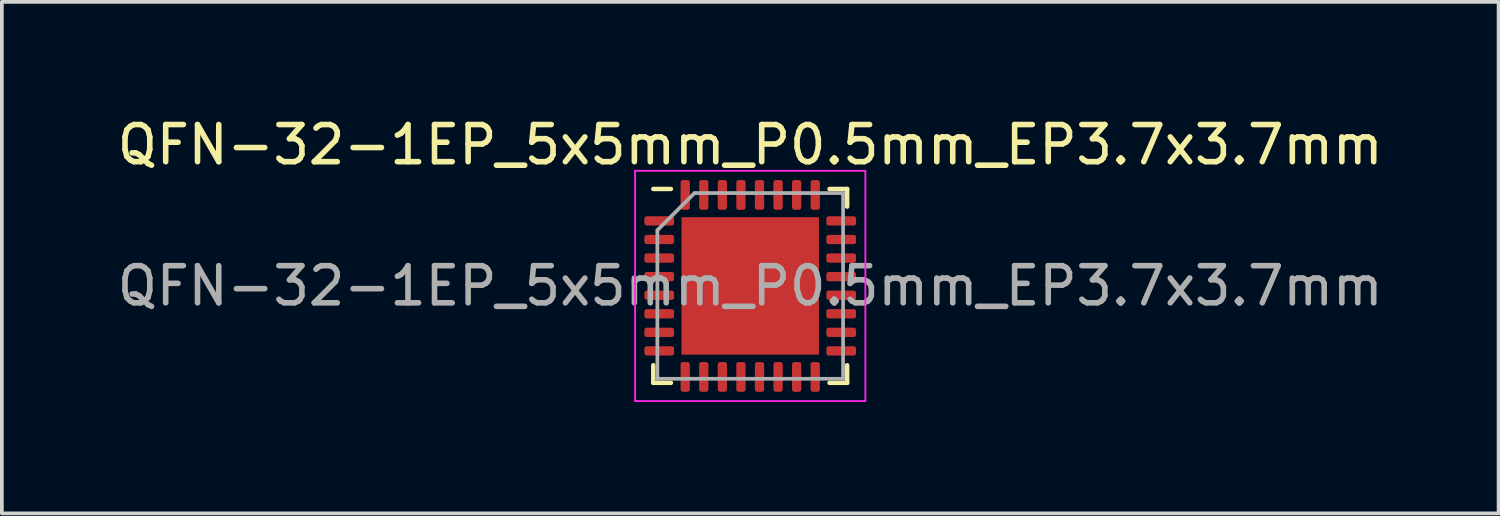
<source format=kicad_pcb>
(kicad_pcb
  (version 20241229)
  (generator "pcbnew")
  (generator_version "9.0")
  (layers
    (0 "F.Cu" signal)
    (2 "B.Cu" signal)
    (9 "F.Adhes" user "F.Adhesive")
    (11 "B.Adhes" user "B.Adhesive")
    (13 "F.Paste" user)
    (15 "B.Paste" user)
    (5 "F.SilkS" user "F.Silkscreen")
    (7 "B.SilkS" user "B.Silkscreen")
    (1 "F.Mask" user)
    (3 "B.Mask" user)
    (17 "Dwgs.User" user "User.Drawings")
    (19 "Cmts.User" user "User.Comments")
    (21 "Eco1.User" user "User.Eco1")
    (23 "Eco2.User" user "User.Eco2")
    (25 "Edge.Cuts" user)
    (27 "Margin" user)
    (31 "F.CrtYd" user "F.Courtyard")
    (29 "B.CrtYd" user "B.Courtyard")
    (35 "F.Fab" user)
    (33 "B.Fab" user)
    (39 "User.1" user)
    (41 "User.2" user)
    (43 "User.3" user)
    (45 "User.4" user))
  (footprint "QFN-32-1EP_5x5mm_P0.5mm_EP3.7x3.7mm"
    (layer "F.Cu")
    (at 17.149 4.648)
    (property "Reference" "QFN-32-1EP_5x5mm_P0.5mm_EP3.7x3.7mm" (at 0 -3.8 0) (layer "F.SilkS") (effects (font (size 1 1) (thickness 0.15))))
    (attr smd)
    (fp_line (start -2.61 2.61) (end -2.61 2.135) (stroke (width 0.12) (type solid)) (layer "F.SilkS"))
    (fp_line (start -2.135 -2.61) (end -2.61 -2.61) (stroke (width 0.12) (type solid)) (layer "F.SilkS"))
    (fp_line (start -2.135 2.61) (end -2.61 2.61) (stroke (width 0.12) (type solid)) (layer "F.SilkS"))
    (fp_line (start 2.135 -2.61) (end 2.61 -2.61) (stroke (width 0.12) (type solid)) (layer "F.SilkS"))
    (fp_line (start 2.135 2.61) (end 2.61 2.61) (stroke (width 0.12) (type solid)) (layer "F.SilkS"))
    (fp_line (start 2.61 -2.61) (end 2.61 -2.135) (stroke (width 0.12) (type solid)) (layer "F.SilkS"))
    (fp_line (start 2.61 2.61) (end 2.61 2.135) (stroke (width 0.12) (type solid)) (layer "F.SilkS"))
    (fp_line (start -3.1 -3.1) (end -3.1 3.1) (stroke (width 0.05) (type solid)) (layer "F.CrtYd"))
    (fp_line (start -3.1 3.1) (end 3.1 3.1) (stroke (width 0.05) (type solid)) (layer "F.CrtYd"))
    (fp_line (start 3.1 -3.1) (end -3.1 -3.1) (stroke (width 0.05) (type solid)) (layer "F.CrtYd"))
    (fp_line (start 3.1 3.1) (end 3.1 -3.1) (stroke (width 0.05) (type solid)) (layer "F.CrtYd"))
    (fp_line (start -2.5 -1.5) (end -1.5 -2.5) (stroke (width 0.1) (type solid)) (layer "F.Fab"))
    (fp_line (start -2.5 2.5) (end -2.5 -1.5) (stroke (width 0.1) (type solid)) (layer "F.Fab"))
    (fp_line (start -1.5 -2.5) (end 2.5 -2.5) (stroke (width 0.1) (type solid)) (layer "F.Fab"))
    (fp_line (start 2.5 -2.5) (end 2.5 2.5) (stroke (width 0.1) (type solid)) (layer "F.Fab"))
    (fp_line (start 2.5 2.5) (end -2.5 2.5) (stroke (width 0.1) (type solid)) (layer "F.Fab"))
    (fp_text user "${REFERENCE}" (at 0 0 0) (layer "F.Fab") (effects (font (size 1 1) (thickness 0.15))))
    (pad "" smd roundrect (at -0.925 -0.925) (size 1.49 1.49) (layers "F.Paste") (roundrect_rratio 0.168))
    (pad "" smd roundrect (at -0.925 0.925) (size 1.49 1.49) (layers "F.Paste") (roundrect_rratio 0.168))
    (pad "" smd roundrect (at 0.925 -0.925) (size 1.49 1.49) (layers "F.Paste") (roundrect_rratio 0.168))
    (pad "" smd roundrect (at 0.925 0.925) (size 1.49 1.49) (layers "F.Paste") (roundrect_rratio 0.168))
    (pad "1" smd roundrect (at -2.45 -1.75) (size 0.8 0.25) (layers "F.Cu" "F.Mask" "F.Paste") (roundrect_rratio 0.25))
    (pad "2" smd roundrect (at -2.45 -1.25) (size 0.8 0.25) (layers "F.Cu" "F.Mask" "F.Paste") (roundrect_rratio 0.25))
    (pad "3" smd roundrect (at -2.45 -0.75) (size 0.8 0.25) (layers "F.Cu" "F.Mask" "F.Paste") (roundrect_rratio 0.25))
    (pad "4" smd roundrect (at -2.45 -0.25) (size 0.8 0.25) (layers "F.Cu" "F.Mask" "F.Paste") (roundrect_rratio 0.25))
    (pad "5" smd roundrect (at -2.45 0.25) (size 0.8 0.25) (layers "F.Cu" "F.Mask" "F.Paste") (roundrect_rratio 0.25))
    (pad "6" smd roundrect (at -2.45 0.75) (size 0.8 0.25) (layers "F.Cu" "F.Mask" "F.Paste") (roundrect_rratio 0.25))
    (pad "7" smd roundrect (at -2.45 1.25) (size 0.8 0.25) (layers "F.Cu" "F.Mask" "F.Paste") (roundrect_rratio 0.25))
    (pad "8" smd roundrect (at -2.45 1.75) (size 0.8 0.25) (layers "F.Cu" "F.Mask" "F.Paste") (roundrect_rratio 0.25))
    (pad "9" smd roundrect (at -1.75 2.45) (size 0.25 0.8) (layers "F.Cu" "F.Mask" "F.Paste") (roundrect_rratio 0.25))
    (pad "10" smd roundrect (at -1.25 2.45) (size 0.25 0.8) (layers "F.Cu" "F.Mask" "F.Paste") (roundrect_rratio 0.25))
    (pad "11" smd roundrect (at -0.75 2.45) (size 0.25 0.8) (layers "F.Cu" "F.Mask" "F.Paste") (roundrect_rratio 0.25))
    (pad "12" smd roundrect (at -0.25 2.45) (size 0.25 0.8) (layers "F.Cu" "F.Mask" "F.Paste") (roundrect_rratio 0.25))
    (pad "13" smd roundrect (at 0.25 2.45) (size 0.25 0.8) (layers "F.Cu" "F.Mask" "F.Paste") (roundrect_rratio 0.25))
    (pad "14" smd roundrect (at 0.75 2.45) (size 0.25 0.8) (layers "F.Cu" "F.Mask" "F.Paste") (roundrect_rratio 0.25))
    (pad "15" smd roundrect (at 1.25 2.45) (size 0.25 0.8) (layers "F.Cu" "F.Mask" "F.Paste") (roundrect_rratio 0.25))
    (pad "16" smd roundrect (at 1.75 2.45) (size 0.25 0.8) (layers "F.Cu" "F.Mask" "F.Paste") (roundrect_rratio 0.25))
    (pad "17" smd roundrect (at 2.45 1.75) (size 0.8 0.25) (layers "F.Cu" "F.Mask" "F.Paste") (roundrect_rratio 0.25))
    (pad "18" smd roundrect (at 2.45 1.25) (size 0.8 0.25) (layers "F.Cu" "F.Mask" "F.Paste") (roundrect_rratio 0.25))
    (pad "19" smd roundrect (at 2.45 0.75) (size 0.8 0.25) (layers "F.Cu" "F.Mask" "F.Paste") (roundrect_rratio 0.25))
    (pad "20" smd roundrect (at 2.45 0.25) (size 0.8 0.25) (layers "F.Cu" "F.Mask" "F.Paste") (roundrect_rratio 0.25))
    (pad "21" smd roundrect (at 2.45 -0.25) (size 0.8 0.25) (layers "F.Cu" "F.Mask" "F.Paste") (roundrect_rratio 0.25))
    (pad "22" smd roundrect (at 2.45 -0.75) (size 0.8 0.25) (layers "F.Cu" "F.Mask" "F.Paste") (roundrect_rratio 0.25))
    (pad "23" smd roundrect (at 2.45 -1.25) (size 0.8 0.25) (layers "F.Cu" "F.Mask" "F.Paste") (roundrect_rratio 0.25))
    (pad "24" smd roundrect (at 2.45 -1.75) (size 0.8 0.25) (layers "F.Cu" "F.Mask" "F.Paste") (roundrect_rratio 0.25))
    (pad "25" smd roundrect (at 1.75 -2.45) (size 0.25 0.8) (layers "F.Cu" "F.Mask" "F.Paste") (roundrect_rratio 0.25))
    (pad "26" smd roundrect (at 1.25 -2.45) (size 0.25 0.8) (layers "F.Cu" "F.Mask" "F.Paste") (roundrect_rratio 0.25))
    (pad "27" smd roundrect (at 0.75 -2.45) (size 0.25 0.8) (layers "F.Cu" "F.Mask" "F.Paste") (roundrect_rratio 0.25))
    (pad "28" smd roundrect (at 0.25 -2.45) (size 0.25 0.8) (layers "F.Cu" "F.Mask" "F.Paste") (roundrect_rratio 0.25))
    (pad "29" smd roundrect (at -0.25 -2.45) (size 0.25 0.8) (layers "F.Cu" "F.Mask" "F.Paste") (roundrect_rratio 0.25))
    (pad "30" smd roundrect (at -0.75 -2.45) (size 0.25 0.8) (layers "F.Cu" "F.Mask" "F.Paste") (roundrect_rratio 0.25))
    (pad "31" smd roundrect (at -1.25 -2.45) (size 0.25 0.8) (layers "F.Cu" "F.Mask" "F.Paste") (roundrect_rratio 0.25))
    (pad "32" smd roundrect (at -1.75 -2.45) (size 0.25 0.8) (layers "F.Cu" "F.Mask" "F.Paste") (roundrect_rratio 0.25))
    (pad "33" smd rect (at 0 0) (size 3.7 3.7) (layers "F.Cu" "F.Mask")))
  (gr_rect
    (start -3 -3)
    (end 37.298 10.773)
    (stroke (width 0.1) (type default))
    (fill no)
    (layer "Edge.Cuts")))
</source>
